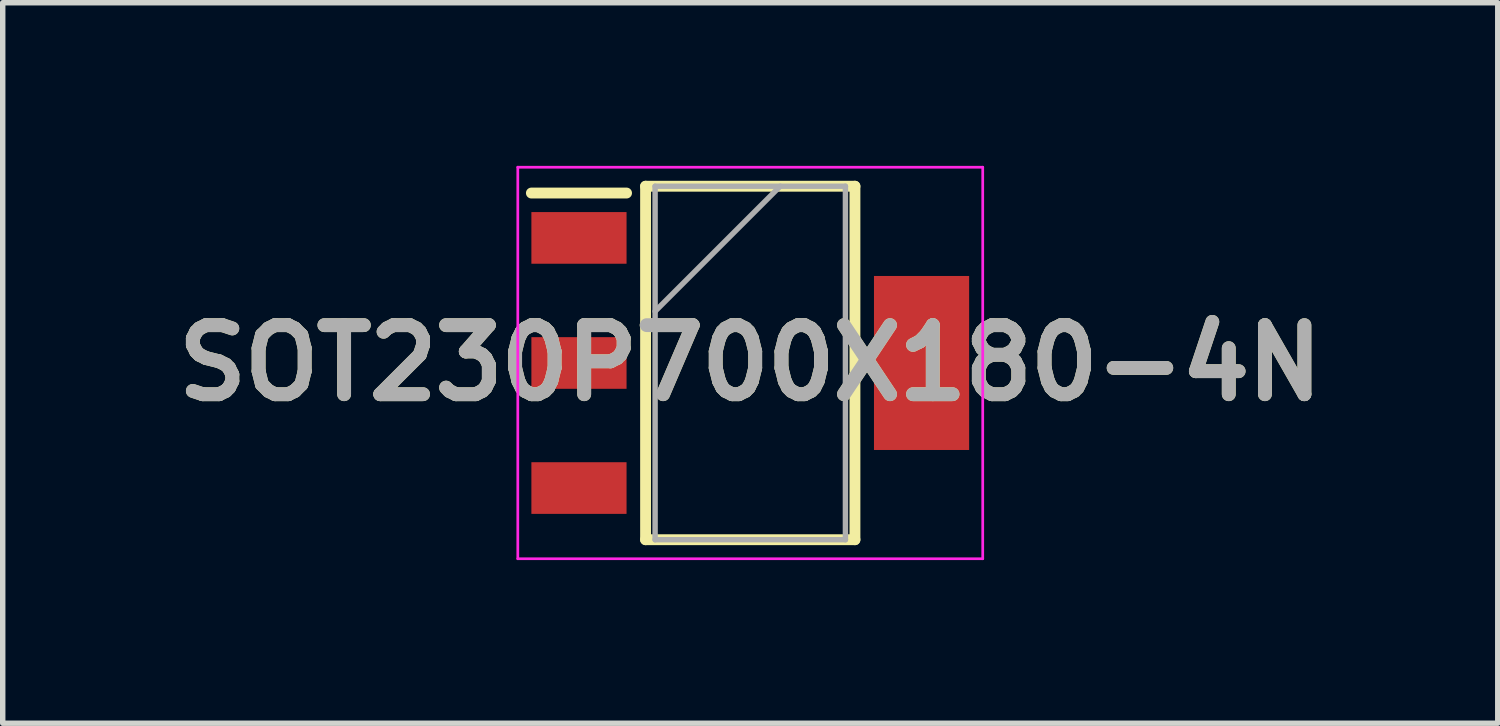
<source format=kicad_pcb>
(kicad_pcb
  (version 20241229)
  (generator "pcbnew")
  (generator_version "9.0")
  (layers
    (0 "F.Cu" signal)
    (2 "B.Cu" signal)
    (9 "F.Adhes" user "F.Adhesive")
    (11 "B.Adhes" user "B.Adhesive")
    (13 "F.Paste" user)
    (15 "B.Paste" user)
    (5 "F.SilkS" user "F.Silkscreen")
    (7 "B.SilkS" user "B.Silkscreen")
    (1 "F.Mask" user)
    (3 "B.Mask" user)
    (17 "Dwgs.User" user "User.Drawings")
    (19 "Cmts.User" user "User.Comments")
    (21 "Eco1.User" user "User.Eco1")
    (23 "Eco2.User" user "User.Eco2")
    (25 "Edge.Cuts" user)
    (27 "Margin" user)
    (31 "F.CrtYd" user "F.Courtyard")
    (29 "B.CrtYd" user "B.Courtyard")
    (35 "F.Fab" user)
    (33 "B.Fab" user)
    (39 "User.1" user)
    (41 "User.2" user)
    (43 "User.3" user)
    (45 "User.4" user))
  (footprint "SOT230P700X180-4N"
    (layer "F.Cu")
    (at 10.747 3.625)
    (property "Reference" "SOT230P700X180-4N" (at 0 0 0) (layer "F.SilkS") (effects (font (size 1.27 1.27) (thickness 0.254))))
    (attr smd)
    (fp_line (start -4.025 -3.125) (end -2.275 -3.125) (stroke (width 0.2) (type solid)) (layer "F.SilkS"))
    (fp_line (start -1.925 -3.25) (end 1.925 -3.25) (stroke (width 0.2) (type solid)) (layer "F.SilkS"))
    (fp_line (start -1.925 3.25) (end -1.925 -3.25) (stroke (width 0.2) (type solid)) (layer "F.SilkS"))
    (fp_line (start 1.925 -3.25) (end 1.925 3.25) (stroke (width 0.2) (type solid)) (layer "F.SilkS"))
    (fp_line (start 1.925 3.25) (end -1.925 3.25) (stroke (width 0.2) (type solid)) (layer "F.SilkS"))
    (fp_line (start -4.275 -3.6) (end 4.275 -3.6) (stroke (width 0.05) (type solid)) (layer "F.CrtYd"))
    (fp_line (start -4.275 3.6) (end -4.275 -3.6) (stroke (width 0.05) (type solid)) (layer "F.CrtYd"))
    (fp_line (start 4.275 -3.6) (end 4.275 3.6) (stroke (width 0.05) (type solid)) (layer "F.CrtYd"))
    (fp_line (start 4.275 3.6) (end -4.275 3.6) (stroke (width 0.05) (type solid)) (layer "F.CrtYd"))
    (fp_line (start -1.75 -3.25) (end 1.75 -3.25) (stroke (width 0.1) (type solid)) (layer "F.Fab"))
    (fp_line (start -1.75 -0.95) (end 0.55 -3.25) (stroke (width 0.1) (type solid)) (layer "F.Fab"))
    (fp_line (start -1.75 3.25) (end -1.75 -3.25) (stroke (width 0.1) (type solid)) (layer "F.Fab"))
    (fp_line (start 1.75 -3.25) (end 1.75 3.25) (stroke (width 0.1) (type solid)) (layer "F.Fab"))
    (fp_line (start 1.75 3.25) (end -1.75 3.25) (stroke (width 0.1) (type solid)) (layer "F.Fab"))
    (fp_text user "${REFERENCE}" (at 0 0 0) (layer "F.Fab") (effects (font (size 1.27 1.27) (thickness 0.254))))
    (pad "1" smd rect (at -3.15 -2.3 90) (size 0.95 1.75) (layers "F.Cu" "F.Mask" "F.Paste"))
    (pad "2" smd rect (at -3.15 0 90) (size 0.95 1.75) (layers "F.Cu" "F.Mask" "F.Paste"))
    (pad "3" smd rect (at -3.15 2.3 90) (size 0.95 1.75) (layers "F.Cu" "F.Mask" "F.Paste"))
    (pad "4" smd rect (at 3.15 0) (size 1.75 3.2) (layers "F.Cu" "F.Mask" "F.Paste")))
  (gr_rect
    (start -3 -3)
    (end 24.493 10.25)
    (stroke (width 0.1) (type default))
    (fill no)
    (layer "Edge.Cuts")))
</source>
